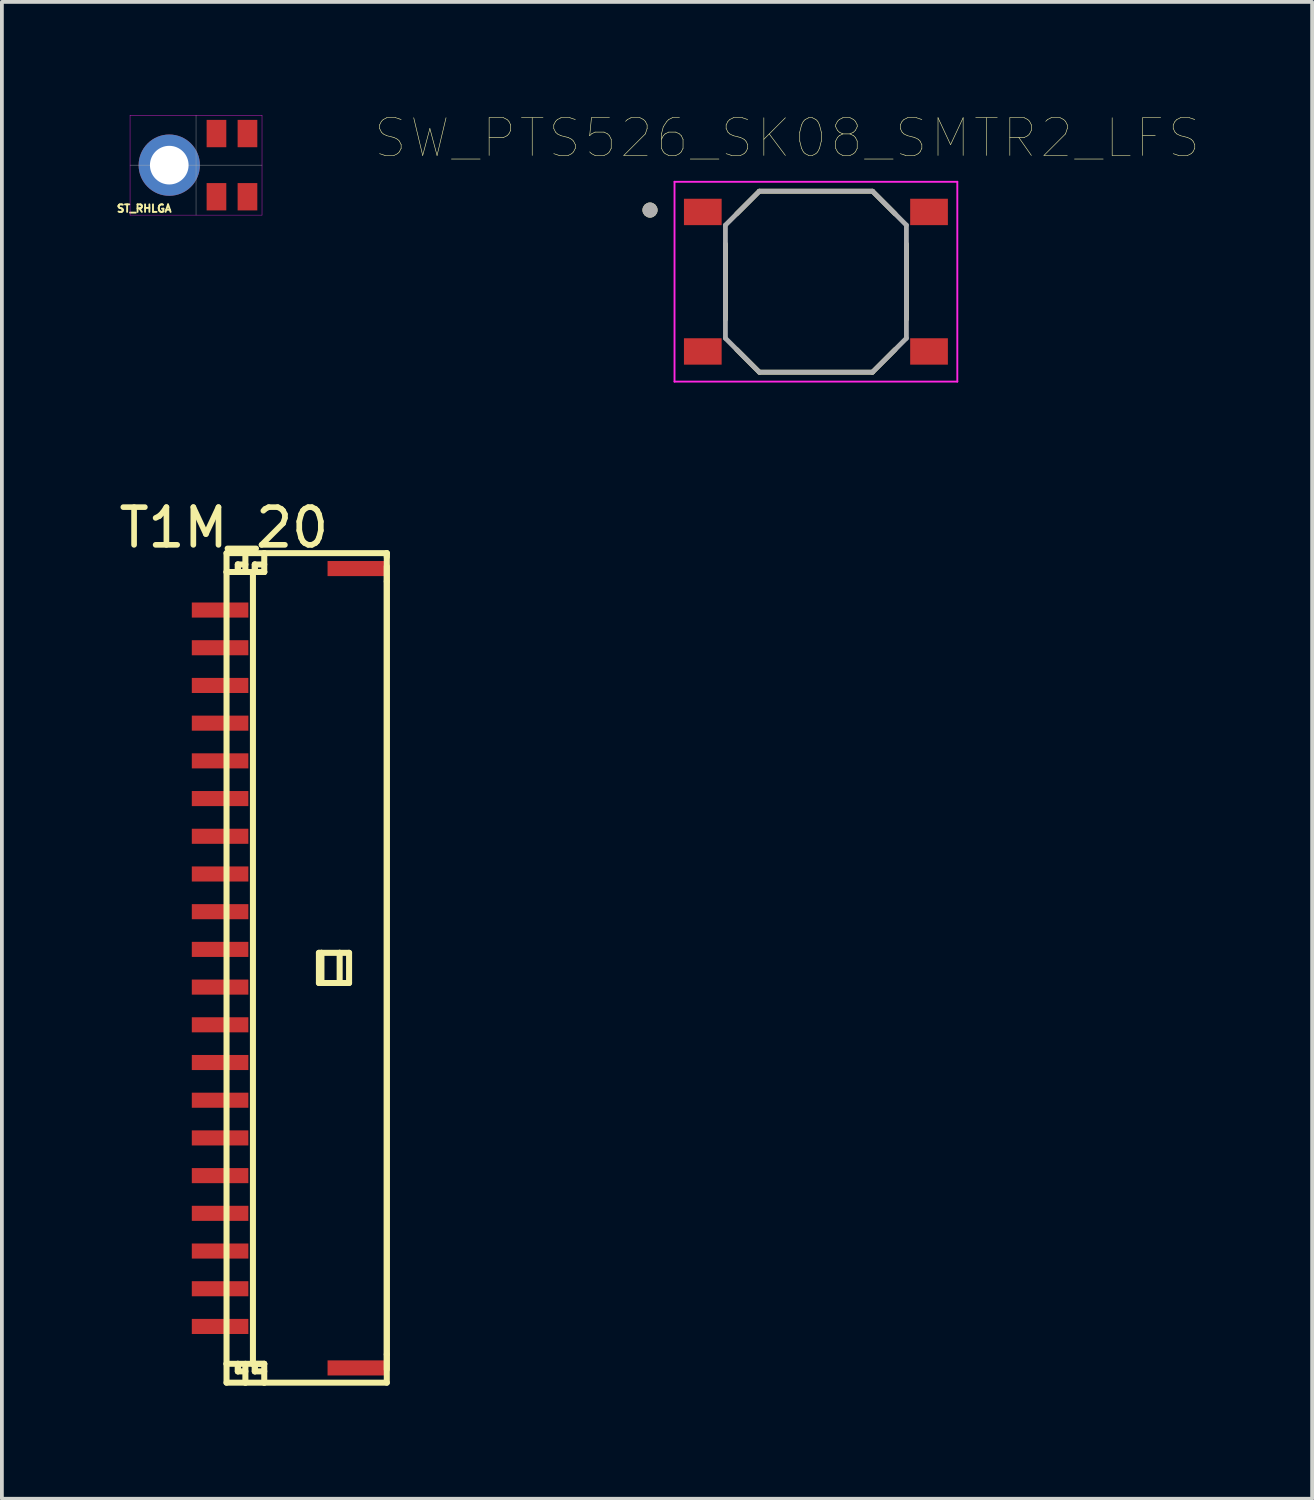
<source format=kicad_pcb>
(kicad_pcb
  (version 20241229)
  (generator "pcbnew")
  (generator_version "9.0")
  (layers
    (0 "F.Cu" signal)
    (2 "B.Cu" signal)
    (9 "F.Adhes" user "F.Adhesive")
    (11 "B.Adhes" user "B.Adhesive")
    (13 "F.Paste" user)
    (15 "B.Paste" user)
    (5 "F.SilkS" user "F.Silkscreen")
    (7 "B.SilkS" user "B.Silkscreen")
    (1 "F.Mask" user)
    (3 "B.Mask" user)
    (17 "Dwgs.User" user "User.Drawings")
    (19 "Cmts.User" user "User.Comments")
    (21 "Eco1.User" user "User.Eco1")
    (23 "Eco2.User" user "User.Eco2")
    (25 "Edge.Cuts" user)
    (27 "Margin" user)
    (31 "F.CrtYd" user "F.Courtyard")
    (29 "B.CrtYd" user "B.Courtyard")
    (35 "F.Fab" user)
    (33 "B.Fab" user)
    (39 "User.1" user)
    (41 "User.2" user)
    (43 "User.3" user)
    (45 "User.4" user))
  (footprint "ST_RHLGA"
    (layer "F.Cu")
    (at 0.399 2.655)
    (property "Reference" "ST_RHLGA" (at 0.375 -0.175 0) (layer "F.SilkS") (effects (font (size 0.2 0.2) (thickness 0.05))))
    (attr through_hole)
    (fp_line (start 0 -2.65) (end 3.5 -2.65) (stroke (width 0.01) (type solid)) (layer "F.CrtYd"))
    (fp_line (start 0 0) (end 0 -2.65) (stroke (width 0.01) (type solid)) (layer "F.CrtYd"))
    (fp_line (start 0 0) (end 3.5 0) (stroke (width 0.01) (type solid)) (layer "F.CrtYd"))
    (fp_line (start 3.5 0) (end 3.5 -2.65) (stroke (width 0.01) (type solid)) (layer "F.CrtYd"))
    (fp_line (start 0 -1.325) (end 3.5 -1.325) (stroke (width 0.01) (type solid)) (layer "F.Fab"))
    (fp_line (start 1.75 0) (end 1.75 -2.65) (stroke (width 0.01) (type solid)) (layer "F.Fab"))
    (pad "1" smd rect (at 3.114 -2.163) (size 0.522 0.725) (layers "F.Cu" "F.Mask" "F.Paste"))
    (pad "2" smd rect (at 2.292 -2.163) (size 0.522 0.725) (layers "F.Cu" "F.Mask" "F.Paste"))
    (pad "3" thru_hole circle (at 1.04 -1.325) (size 1.625 1.625) (drill 1.025) (layers "*.Cu" "*.Mask"))
    (pad "4" smd rect (at 2.292 -0.487) (size 0.522 0.725) (layers "F.Cu" "F.Mask" "F.Paste"))
    (pad "5" smd rect (at 3.114 -0.487) (size 0.522 0.725) (layers "F.Cu" "F.Mask" "F.Paste")))
  (footprint "SW_PTS526_SK08_SMTR2_LFS"
    (layer "F.Cu")
    (at 18.589 4.421)
    (property "Reference" "SW_PTS526_SK08_SMTR2_LFS" (at -0.762 -3.81 0) (layer "F.SilkS") (effects (font (size 1 1) (thickness 0.015))))
    (attr through_hole)
    (fp_line (start -2.4 -1) (end -2.4 1) (stroke (width 0.127) (type solid)) (layer "F.SilkS"))
    (fp_line (start -2.1 1.8) (end -1.5 2.4) (stroke (width 0.127) (type solid)) (layer "F.SilkS"))
    (fp_line (start -1.5 -2.4) (end -2.1 -1.8) (stroke (width 0.127) (type solid)) (layer "F.SilkS"))
    (fp_line (start -1.5 2.4) (end 1.5 2.4) (stroke (width 0.127) (type solid)) (layer "F.SilkS"))
    (fp_line (start 1.5 -2.4) (end -1.5 -2.4) (stroke (width 0.127) (type solid)) (layer "F.SilkS"))
    (fp_line (start 1.5 -2.4) (end 2.1 -1.8) (stroke (width 0.127) (type solid)) (layer "F.SilkS"))
    (fp_line (start 1.5 2.4) (end 2.1 1.8) (stroke (width 0.127) (type solid)) (layer "F.SilkS"))
    (fp_line (start 2.4 -1) (end 2.4 1) (stroke (width 0.127) (type solid)) (layer "F.SilkS"))
    (fp_circle (center -4.4 -1.9) (end -4.3 -1.9) (stroke (width 0.2) (type solid)) (fill no) (layer "F.SilkS"))
    (fp_line (start -3.75 -2.65) (end 3.75 -2.65) (stroke (width 0.05) (type solid)) (layer "F.CrtYd"))
    (fp_line (start -3.75 2.65) (end -3.75 -2.65) (stroke (width 0.05) (type solid)) (layer "F.CrtYd"))
    (fp_line (start 3.75 -2.65) (end 3.75 2.65) (stroke (width 0.05) (type solid)) (layer "F.CrtYd"))
    (fp_line (start 3.75 2.65) (end -3.75 2.65) (stroke (width 0.05) (type solid)) (layer "F.CrtYd"))
    (fp_line (start -2.4 -1.5) (end -2.4 1.5) (stroke (width 0.127) (type solid)) (layer "F.Fab"))
    (fp_line (start -1.5 -2.4) (end -2.4 -1.5) (stroke (width 0.127) (type solid)) (layer "F.Fab"))
    (fp_line (start -1.5 -2.4) (end 1.5 -2.4) (stroke (width 0.127) (type solid)) (layer "F.Fab"))
    (fp_line (start -1.5 2.4) (end -2.4 1.5) (stroke (width 0.127) (type solid)) (layer "F.Fab"))
    (fp_line (start -1.5 2.4) (end 1.5 2.4) (stroke (width 0.127) (type solid)) (layer "F.Fab"))
    (fp_line (start 1.5 -2.4) (end 2.4 -1.5) (stroke (width 0.127) (type solid)) (layer "F.Fab"))
    (fp_line (start 1.5 2.4) (end 2.4 1.5) (stroke (width 0.127) (type solid)) (layer "F.Fab"))
    (fp_line (start 2.4 -1.5) (end 2.4 1.5) (stroke (width 0.127) (type solid)) (layer "F.Fab"))
    (fp_circle (center -4.4 -1.9) (end -4.3 -1.9) (stroke (width 0.2) (type solid)) (fill no) (layer "F.Fab"))
    (pad "1" smd rect (at -3 -1.85) (size 1 0.7) (layers "F.Cu" "F.Mask" "F.Paste"))
    (pad "2" smd rect (at 3 -1.85) (size 1 0.7) (layers "F.Cu" "F.Mask" "F.Paste"))
    (pad "3" smd rect (at -3 1.85) (size 1 0.7) (layers "F.Cu" "F.Mask" "F.Paste"))
    (pad "4" smd rect (at 3 1.85) (size 1 0.7) (layers "F.Cu" "F.Mask" "F.Paste")))
  (footprint "T1M_20"
    (layer "F.Cu")
    (at 2.887 22.629)
    (property "Reference" "T1M_20" (at 0 -11.684 0) (layer "F.SilkS") (effects (font (size 1 1) (thickness 0.15))))
    (attr smd)
    (fp_line (start 0.071 -11.009) (end 0.571 -11.009) (stroke (width 0.16) (type solid)) (layer "F.SilkS"))
    (fp_line (start 0.071 -10.509) (end 0.071 -11.009) (stroke (width 0.16) (type solid)) (layer "F.SilkS"))
    (fp_line (start 0.071 -10.509) (end 0.071 10.491) (stroke (width 0.16) (type solid)) (layer "F.SilkS"))
    (fp_line (start 0.071 -10.509) (end 0.771 -10.509) (stroke (width 0.16) (type solid)) (layer "F.SilkS"))
    (fp_line (start 0.071 10.491) (end 0.071 10.991) (stroke (width 0.16) (type solid)) (layer "F.SilkS"))
    (fp_line (start 0.071 10.491) (end 0.771 10.491) (stroke (width 0.16) (type solid)) (layer "F.SilkS"))
    (fp_line (start 0.071 10.991) (end 0.571 10.991) (stroke (width 0.16) (type solid)) (layer "F.SilkS"))
    (fp_line (start 0.371 -10.709) (end 0.371 -10.509) (stroke (width 0.16) (type solid)) (layer "F.SilkS"))
    (fp_line (start 0.371 -10.509) (end 0.371 -10.709) (stroke (width 0.16) (type solid)) (layer "F.SilkS"))
    (fp_line (start 0.371 10.491) (end 0.371 10.691) (stroke (width 0.16) (type solid)) (layer "F.SilkS"))
    (fp_line (start 0.371 10.491) (end 0.371 10.691) (stroke (width 0.16) (type solid)) (layer "F.SilkS"))
    (fp_line (start 0.371 10.691) (end 0.571 10.691) (stroke (width 0.16) (type solid)) (layer "F.SilkS"))
    (fp_line (start 0.571 -11.009) (end 1.071 -11.009) (stroke (width 0.16) (type solid)) (layer "F.SilkS"))
    (fp_line (start 0.571 -10.709) (end 0.371 -10.709) (stroke (width 0.16) (type solid)) (layer "F.SilkS"))
    (fp_line (start 0.571 -10.509) (end 0.571 -11.009) (stroke (width 0.16) (type solid)) (layer "F.SilkS"))
    (fp_line (start 0.571 10.491) (end 0.571 10.991) (stroke (width 0.16) (type solid)) (layer "F.SilkS"))
    (fp_line (start 0.571 10.991) (end 1.071 10.991) (stroke (width 0.16) (type solid)) (layer "F.SilkS"))
    (fp_line (start 0.771 -10.509) (end 0.771 10.491) (stroke (width 0.16) (type solid)) (layer "F.SilkS"))
    (fp_line (start 0.771 -10.509) (end 1.071 -10.509) (stroke (width 0.16) (type solid)) (layer "F.SilkS"))
    (fp_line (start 0.771 10.491) (end 1.071 10.491) (stroke (width 0.16) (type solid)) (layer "F.SilkS"))
    (fp_line (start 0.821 -10.709) (end 0.821 -10.509) (stroke (width 0.16) (type solid)) (layer "F.SilkS"))
    (fp_line (start 0.821 -10.709) (end 0.821 -10.509) (stroke (width 0.16) (type solid)) (layer "F.SilkS"))
    (fp_line (start 0.821 10.491) (end 0.821 10.691) (stroke (width 0.16) (type solid)) (layer "F.SilkS"))
    (fp_line (start 0.821 10.491) (end 0.821 10.691) (stroke (width 0.16) (type solid)) (layer "F.SilkS"))
    (fp_line (start 0.821 10.691) (end 1.071 10.691) (stroke (width 0.16) (type solid)) (layer "F.SilkS"))
    (fp_line (start 1.071 -10.709) (end 0.821 -10.709) (stroke (width 0.16) (type solid)) (layer "F.SilkS"))
    (fp_line (start 1.071 -10.509) (end 0.821 -10.509) (stroke (width 0.16) (type solid)) (layer "F.SilkS"))
    (fp_line (start 1.071 -10.509) (end 1.071 -11.009) (stroke (width 0.16) (type solid)) (layer "F.SilkS"))
    (fp_line (start 1.071 10.491) (end 0.821 10.491) (stroke (width 0.16) (type solid)) (layer "F.SilkS"))
    (fp_line (start 1.071 10.491) (end 1.071 10.991) (stroke (width 0.16) (type solid)) (layer "F.SilkS"))
    (fp_line (start 2.521 -0.409) (end 2.521 0.391) (stroke (width 0.16) (type solid)) (layer "F.SilkS"))
    (fp_line (start 2.521 -0.409) (end 2.588 -0.409) (stroke (width 0.16) (type solid)) (layer "F.SilkS"))
    (fp_line (start 2.521 0.391) (end 2.588 0.391) (stroke (width 0.16) (type solid)) (layer "F.SilkS"))
    (fp_line (start 2.588 -0.409) (end 2.588 0.391) (stroke (width 0.16) (type solid)) (layer "F.SilkS"))
    (fp_line (start 2.588 -0.409) (end 3.071 -0.409) (stroke (width 0.16) (type solid)) (layer "F.SilkS"))
    (fp_line (start 2.588 0.391) (end 3.071 0.391) (stroke (width 0.16) (type solid)) (layer "F.SilkS"))
    (fp_line (start 3.071 -0.409) (end 3.071 0.391) (stroke (width 0.16) (type solid)) (layer "F.SilkS"))
    (fp_line (start 3.071 -0.409) (end 3.321 -0.409) (stroke (width 0.16) (type solid)) (layer "F.SilkS"))
    (fp_line (start 3.071 0.391) (end 3.321 0.391) (stroke (width 0.16) (type solid)) (layer "F.SilkS"))
    (fp_line (start 3.321 -0.409) (end 3.321 0.391) (stroke (width 0.16) (type solid)) (layer "F.SilkS"))
    (fp_line (start 4.321 -11.009) (end 1.071 -11.009) (stroke (width 0.16) (type solid)) (layer "F.SilkS"))
    (fp_line (start 4.321 -11.009) (end 4.321 10.991) (stroke (width 0.16) (type solid)) (layer "F.SilkS"))
    (fp_line (start 4.321 -10.909) (end 4.321 -11.009) (stroke (width 0.16) (type solid)) (layer "F.SilkS"))
    (fp_line (start 4.321 -10.259) (end 4.321 -10.659) (stroke (width 0.16) (type solid)) (layer "F.SilkS"))
    (fp_line (start 4.321 10.241) (end 4.321 -10.259) (stroke (width 0.16) (type solid)) (layer "F.SilkS"))
    (fp_line (start 4.321 10.641) (end 4.321 10.241) (stroke (width 0.16) (type solid)) (layer "F.SilkS"))
    (fp_line (start 4.321 10.991) (end 1.071 10.991) (stroke (width 0.16) (type solid)) (layer "F.SilkS"))
    (pad "1" smd rect (at -0.1 9.5) (size 1.5 0.4) (layers "F.Cu" "F.Mask" "F.Paste"))
    (pad "2" smd rect (at -0.1 8.5) (size 1.5 0.4) (layers "F.Cu" "F.Mask" "F.Paste"))
    (pad "3" smd rect (at -0.1 7.5) (size 1.5 0.4) (layers "F.Cu" "F.Mask" "F.Paste"))
    (pad "4" smd rect (at -0.1 6.5) (size 1.5 0.4) (layers "F.Cu" "F.Mask" "F.Paste"))
    (pad "5" smd rect (at -0.1 5.5) (size 1.5 0.4) (layers "F.Cu" "F.Mask" "F.Paste"))
    (pad "6" smd rect (at -0.1 4.5) (size 1.5 0.4) (layers "F.Cu" "F.Mask" "F.Paste"))
    (pad "7" smd rect (at -0.1 3.5) (size 1.5 0.4) (layers "F.Cu" "F.Mask" "F.Paste"))
    (pad "8" smd rect (at -0.1 2.5) (size 1.5 0.4) (layers "F.Cu" "F.Mask" "F.Paste"))
    (pad "9" smd rect (at -0.1 1.5) (size 1.5 0.4) (layers "F.Cu" "F.Mask" "F.Paste"))
    (pad "10" smd rect (at -0.1 0.5) (size 1.5 0.4) (layers "F.Cu" "F.Mask" "F.Paste"))
    (pad "11" smd rect (at -0.1 -0.5) (size 1.5 0.4) (layers "F.Cu" "F.Mask" "F.Paste"))
    (pad "12" smd rect (at -0.1 -1.5) (size 1.5 0.4) (layers "F.Cu" "F.Mask" "F.Paste"))
    (pad "13" smd rect (at -0.1 -2.5) (size 1.5 0.4) (layers "F.Cu" "F.Mask" "F.Paste"))
    (pad "14" smd rect (at -0.1 -3.5) (size 1.5 0.4) (layers "F.Cu" "F.Mask" "F.Paste"))
    (pad "15" smd rect (at -0.1 -4.5) (size 1.5 0.4) (layers "F.Cu" "F.Mask" "F.Paste"))
    (pad "16" smd rect (at -0.1 -5.5) (size 1.5 0.4) (layers "F.Cu" "F.Mask" "F.Paste"))
    (pad "17" smd rect (at -0.1 -6.5) (size 1.5 0.4) (layers "F.Cu" "F.Mask" "F.Paste"))
    (pad "18" smd rect (at -0.1 -7.5) (size 1.5 0.4) (layers "F.Cu" "F.Mask" "F.Paste"))
    (pad "19" smd rect (at -0.1 -8.5) (size 1.5 0.4) (layers "F.Cu" "F.Mask" "F.Paste"))
    (pad "20" smd rect (at -0.1 -9.5) (size 1.5 0.4) (layers "F.Cu" "F.Mask" "F.Paste"))
    (pad "21" smd rect (at 3.5 -10.6) (size 1.5 0.4) (layers "F.Cu" "F.Mask" "F.Paste"))
    (pad "21" smd rect (at 3.5 10.6) (size 1.5 0.4) (layers "F.Cu" "F.Mask" "F.Paste")))
  (gr_rect
    (start -3 -3)
    (end 31.749 36.699)
    (stroke (width 0.1) (type default))
    (fill no)
    (layer "Edge.Cuts")))
</source>
